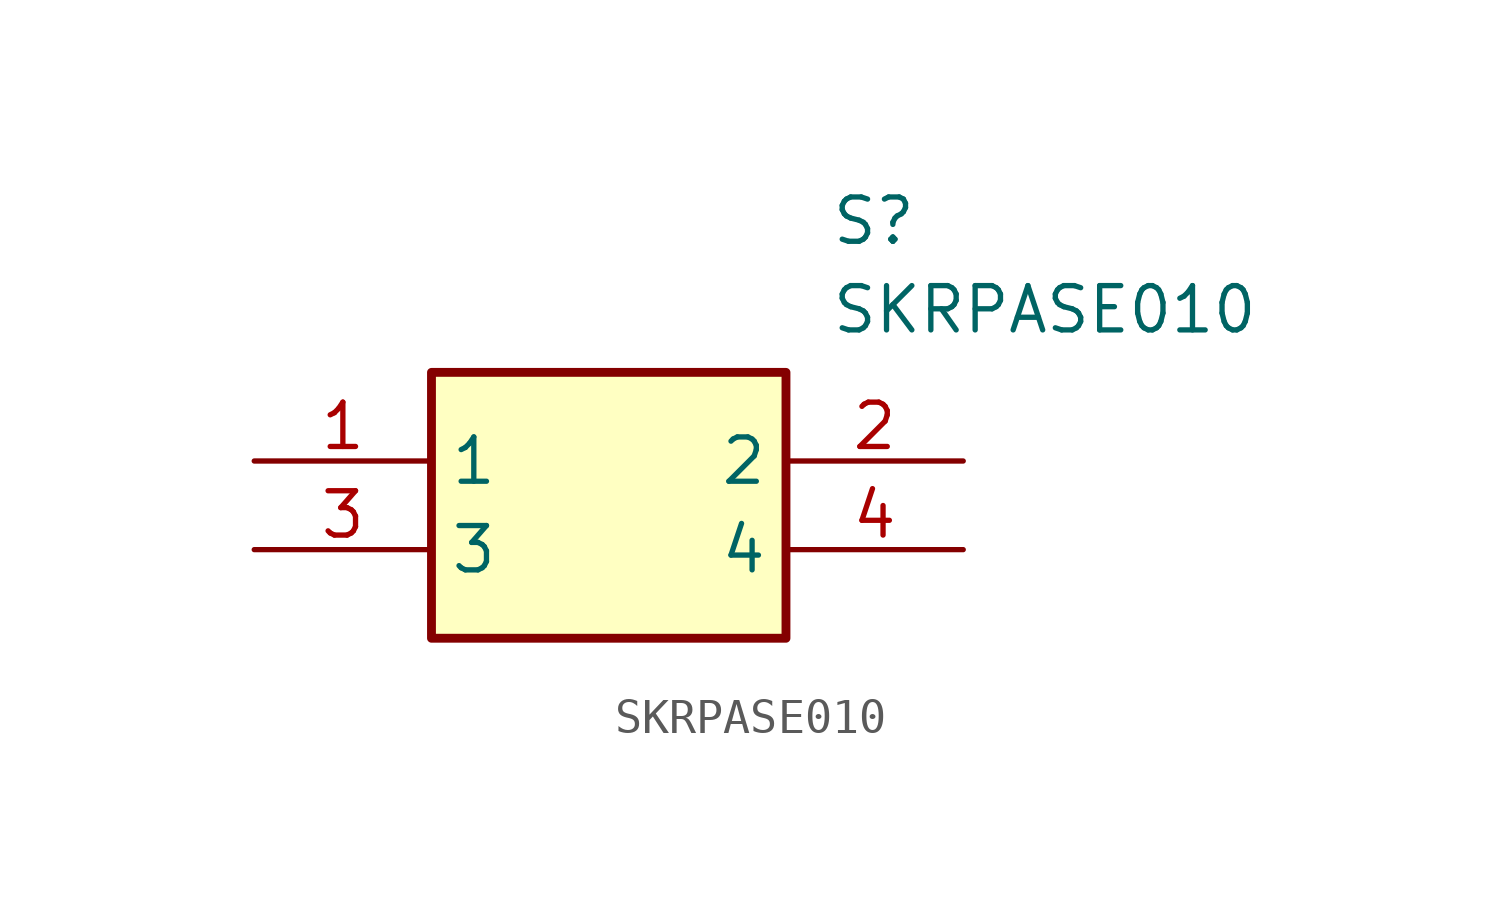
<source format=kicad_sym>
(kicad_symbol_lib
  (version 20211014)
  (generator SamacSys_ECAD_Model)
  (symbol "SKRPASE010"
    (property "Reference" "S"
      (at 16.51 7.62 0)
      (effects (font (size 1.27 1.27)) (justify left top)))
    (property "Value" "SKRPASE010"
      (at 16.51 5.08 0)
      (effects (font (size 1.27 1.27)) (justify left top)))
    (rectangle
      (start 5.08 2.54)
      (end 15.24 -5.08)
      (stroke (width 0.254) (type default))
      (fill (type background)))
    (pin passive line
      (at 0 0 0)
      (length 5.08)
      (name "1" (effects (font (size 1.27 1.27))))
      (number "1" (effects (font (size 1.27 1.27)))))
    (pin passive line
      (at 20.32 0 180)
      (length 5.08)
      (name "2" (effects (font (size 1.27 1.27))))
      (number "2" (effects (font (size 1.27 1.27)))))
    (pin passive line
      (at 0 -2.54 0)
      (length 5.08)
      (name "3" (effects (font (size 1.27 1.27))))
      (number "3" (effects (font (size 1.27 1.27)))))
    (pin passive line
      (at 20.32 -2.54 180)
      (length 5.08)
      (name "4" (effects (font (size 1.27 1.27))))
      (number "4" (effects (font (size 1.27 1.27)))))))
</source>
